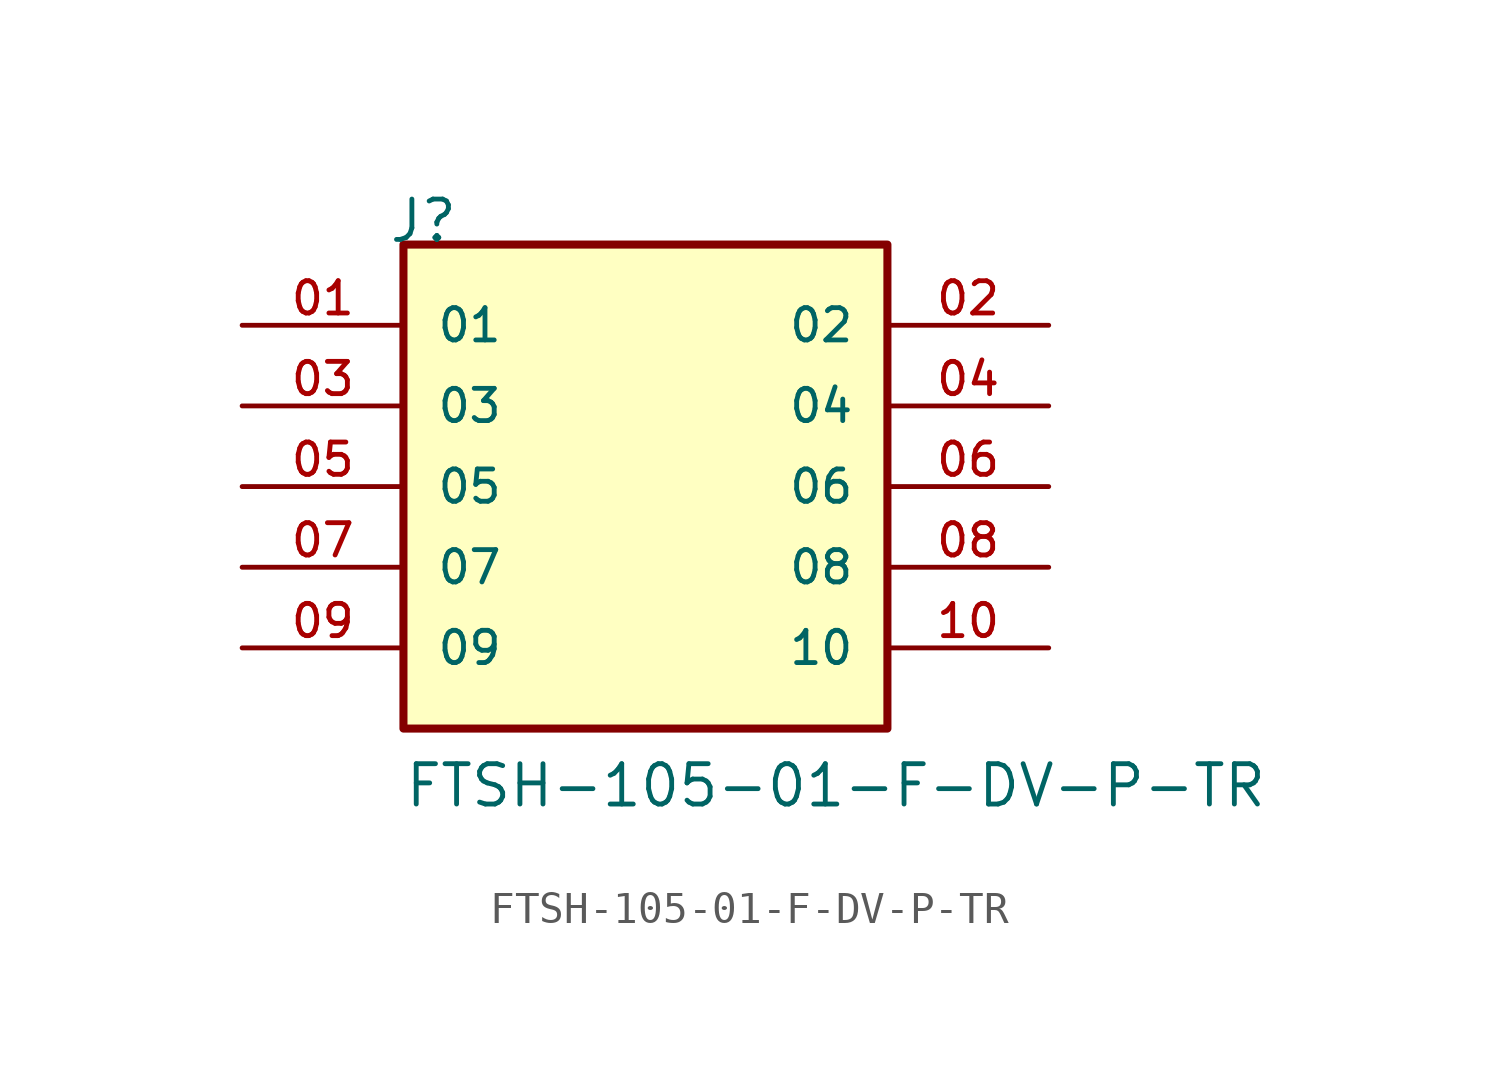
<source format=kicad_sym>
(kicad_symbol_lib
  (version 20231120)
  (generator "kicad_symbol_editor")
  (generator_version "8.0")
  (symbol "FTSH-105-01-F-DV-P-TR"
    (pin_names
      (offset 1.016))
    (property "Reference" "J"
      (at -8.12 7.62 0)
      (effects (font (size 1.27 1.27)) (justify left bottom)))
    (property "Value" "FTSH-105-01-F-DV-P-TR"
      (at -7.62 -10.16 0)
      (effects (font (size 1.27 1.27)) (justify left bottom)))
    (symbol "FTSH-105-01-F-DV-P-TR_0_0"
      (rectangle (start -7.62 -7.62) (end 7.62 7.62) (stroke (width 0.254) (type default)) (fill (type background)))
      (pin passive line (at -12.7 5.08 0) (length 5.08) (name "01" (effects (font (size 1.016 1.016)))) (number "01" (effects (font (size 1.016 1.016)))))
      (pin passive line (at 12.7 5.08 180) (length 5.08) (name "02" (effects (font (size 1.016 1.016)))) (number "02" (effects (font (size 1.016 1.016)))))
      (pin passive line (at -12.7 2.54 0) (length 5.08) (name "03" (effects (font (size 1.016 1.016)))) (number "03" (effects (font (size 1.016 1.016)))))
      (pin passive line (at 12.7 2.54 180) (length 5.08) (name "04" (effects (font (size 1.016 1.016)))) (number "04" (effects (font (size 1.016 1.016)))))
      (pin passive line (at -12.7 0 0) (length 5.08) (name "05" (effects (font (size 1.016 1.016)))) (number "05" (effects (font (size 1.016 1.016)))))
      (pin passive line (at 12.7 0 180) (length 5.08) (name "06" (effects (font (size 1.016 1.016)))) (number "06" (effects (font (size 1.016 1.016)))))
      (pin passive line (at -12.7 -2.54 0) (length 5.08) (name "07" (effects (font (size 1.016 1.016)))) (number "07" (effects (font (size 1.016 1.016)))))
      (pin passive line (at 12.7 -2.54 180) (length 5.08) (name "08" (effects (font (size 1.016 1.016)))) (number "08" (effects (font (size 1.016 1.016)))))
      (pin passive line (at -12.7 -5.08 0) (length 5.08) (name "09" (effects (font (size 1.016 1.016)))) (number "09" (effects (font (size 1.016 1.016)))))
      (pin passive line (at 12.7 -5.08 180) (length 5.08) (name "10" (effects (font (size 1.016 1.016)))) (number "10" (effects (font (size 1.016 1.016))))))))
</source>
